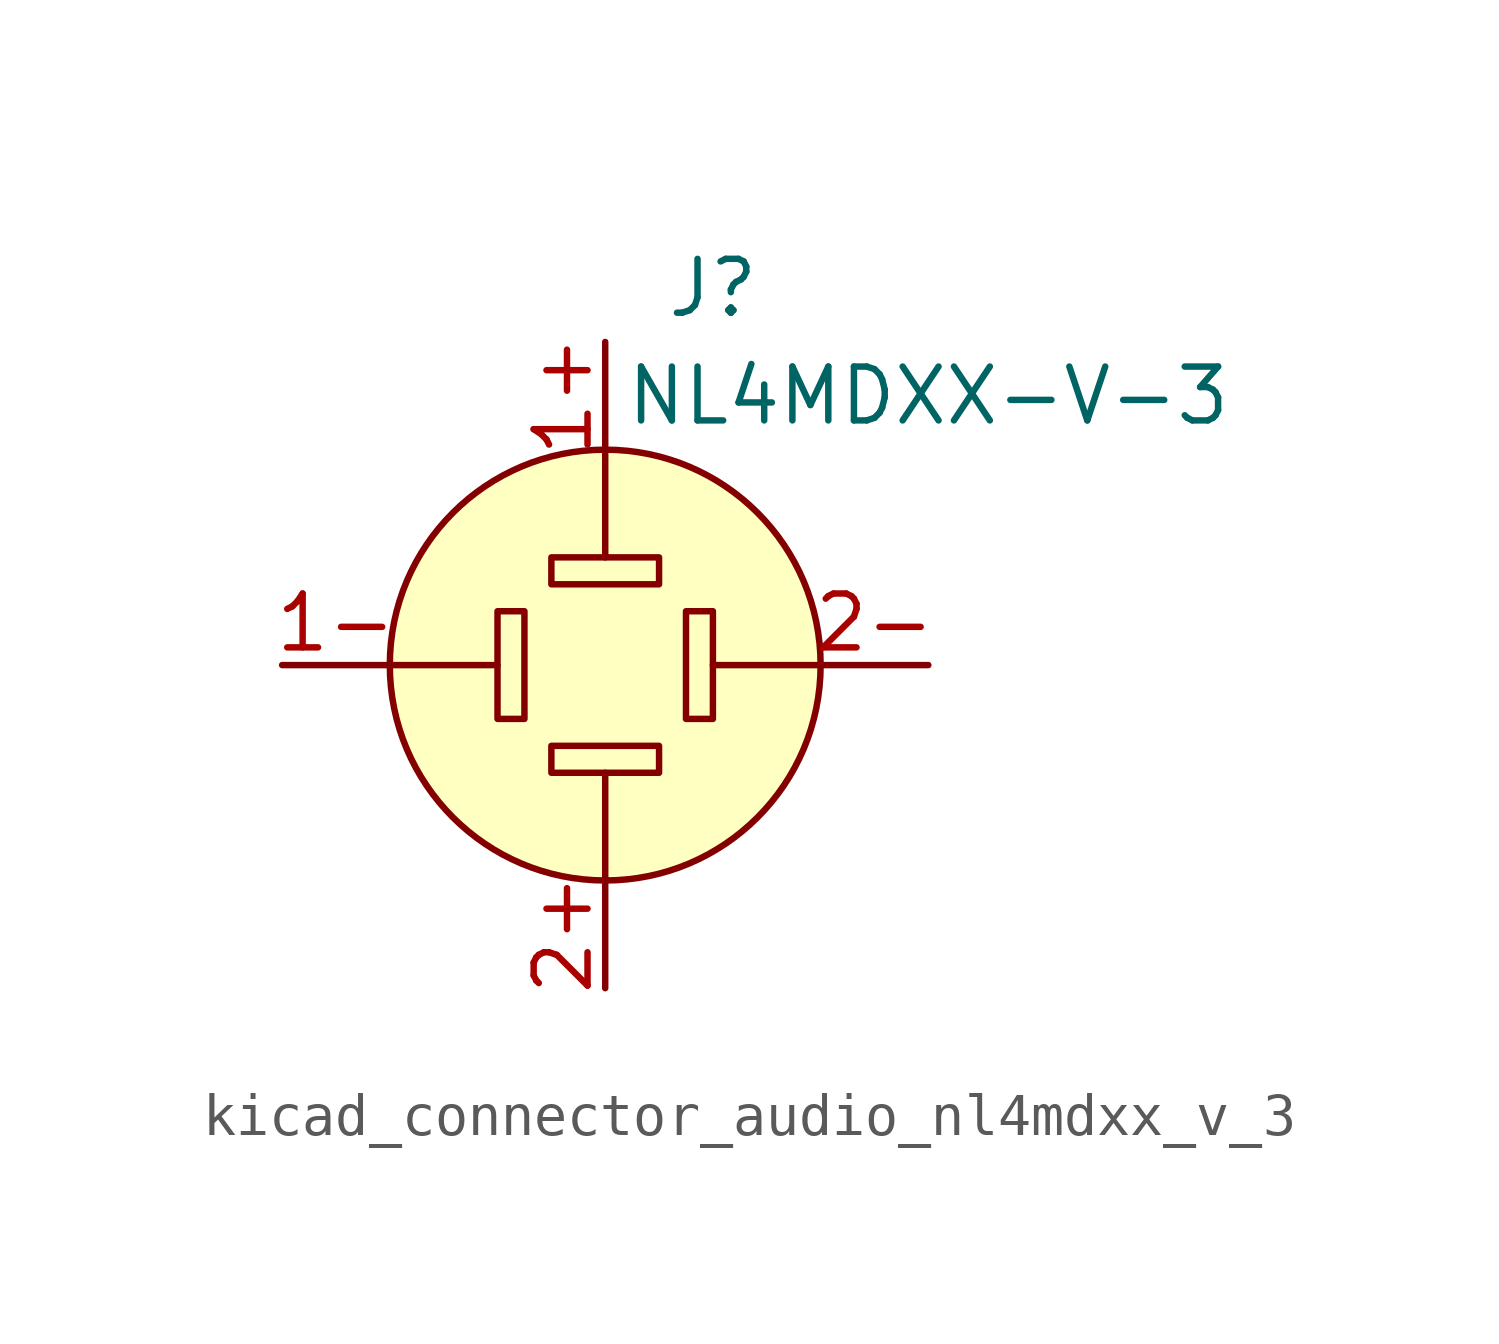
<source format=kicad_sym>
(kicad_symbol_lib
  (version 20220914)
  (generator kicad_symbol_editor)
  (symbol "kicad_connector_audio_nl4mdxx_v_3"
    (pin_names hide)
    (property "Reference" "J"
      (at 2.54 8.89 0)
      (effects (font (size 1.27 1.27))))
    (property "Value" "NL4MDXX-V-3"
      (at 7.62 6.35 0)
      (effects (font (size 1.27 1.27))))
    (symbol "kicad_connector_audio_nl4mdxx_v_3_0_1"
      (rectangle (start -2.54 1.27) (end -1.905 -1.27) (stroke (width 0) (type default)) (fill (type none)))
      (rectangle (start -1.27 -2.54) (end 1.27 -1.905) (stroke (width 0) (type default)) (fill (type none)))
      (rectangle (start -1.27 2.54) (end 1.27 1.905) (stroke (width 0) (type default)) (fill (type none)))
      (polyline (pts (xy -5.08 0) (xy -2.54 0)) (stroke (width 0) (type default)) (fill (type none)))
      (polyline (pts (xy 0 -5.08) (xy 0 -2.54)) (stroke (width 0) (type default)) (fill (type none)))
      (polyline (pts (xy 0 5.08) (xy 0 2.54)) (stroke (width 0) (type default)) (fill (type none)))
      (polyline (pts (xy 5.08 0) (xy 2.54 0)) (stroke (width 0) (type default)) (fill (type none)))
      (circle (center 0 0) (radius 5.08) (stroke (width 0) (type default)) (fill (type background)))
      (rectangle (start 2.54 1.27) (end 1.905 -1.27) (stroke (width 0) (type default)) (fill (type none)))
      (pin passive line (at -7.62 0 0) (length 2.54) (name "1-" (effects (font (size 1.27 1.27)))) (number "1-" (effects (font (size 1.27 1.27)))))
      (pin passive line (at 0 -7.62 90) (length 2.54) (name "2+" (effects (font (size 1.27 1.27)))) (number "2+" (effects (font (size 1.27 1.27)))))
      (pin passive line (at 7.62 0 180) (length 2.54) (name "2-" (effects (font (size 1.27 1.27)))) (number "2-" (effects (font (size 1.27 1.27))))))
    (symbol "kicad_connector_audio_nl4mdxx_v_3_1_1"
      (pin passive line (at 0 7.62 270) (length 2.54) (name "1+" (effects (font (size 1.27 1.27)))) (number "1+" (effects (font (size 1.27 1.27))))))))
</source>
